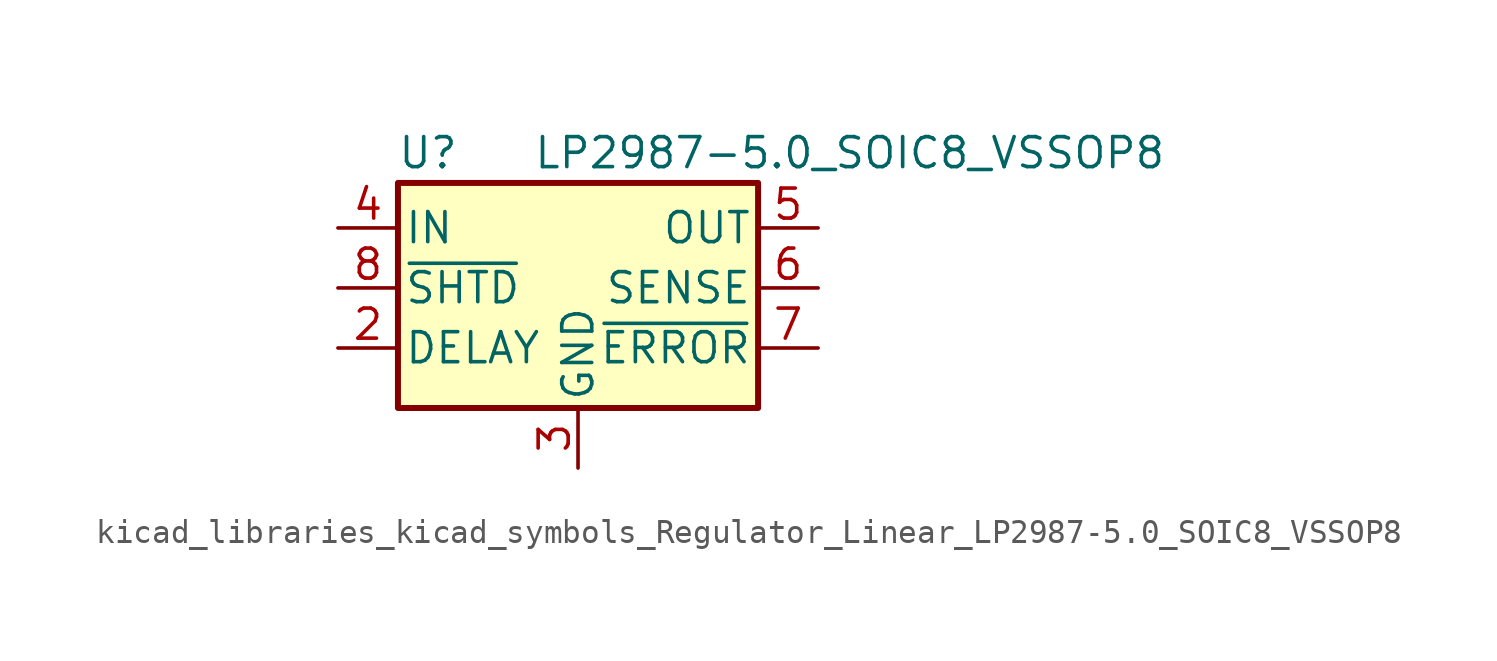
<source format=kicad_sym>
(kicad_symbol_lib
  (version 20220914)
  (generator kicad_symbol_editor)
  (symbol "kicad_libraries_kicad_symbols_Regulator_Linear_LP2987-5.0_SOIC8_VSSOP8"
    (pin_names
      (offset 0.254))
    (property "Reference" "U"
      (at -6.35 5.715 0)
      (effects (font (size 1.27 1.27))))
    (property "Value" "LP2987-5.0_SOIC8_VSSOP8"
      (at -1.905 5.715 0)
      (effects (font (size 1.27 1.27)) (justify left)))
    (symbol "kicad_libraries_kicad_symbols_Regulator_Linear_LP2987-5.0_SOIC8_VSSOP8_0_1"
      (rectangle (start -7.62 4.445) (end 7.62 -5.08) (stroke (width 0.254) (type default)) (fill (type background))))
    (symbol "kicad_libraries_kicad_symbols_Regulator_Linear_LP2987-5.0_SOIC8_VSSOP8_1_1"
      (pin no_connect line (at -2.54 -5.08 90) (length 2.54) hide (name "NC" (effects (font (size 1.27 1.27)))) (number "1" (effects (font (size 1.27 1.27)))))
      (pin passive line (at -10.16 -2.54 0) (length 2.54) (name "DELAY" (effects (font (size 1.27 1.27)))) (number "2" (effects (font (size 1.27 1.27)))))
      (pin power_in line (at 0 -7.62 90) (length 2.54) (name "GND" (effects (font (size 1.27 1.27)))) (number "3" (effects (font (size 1.27 1.27)))))
      (pin power_in line (at -10.16 2.54 0) (length 2.54) (name "IN" (effects (font (size 1.27 1.27)))) (number "4" (effects (font (size 1.27 1.27)))))
      (pin power_out line (at 10.16 2.54 180) (length 2.54) (name "OUT" (effects (font (size 1.27 1.27)))) (number "5" (effects (font (size 1.27 1.27)))))
      (pin input line (at 10.16 0 180) (length 2.54) (name "SENSE" (effects (font (size 1.27 1.27)))) (number "6" (effects (font (size 1.27 1.27)))))
      (pin output line (at 10.16 -2.54 180) (length 2.54) (name "~{ERROR}" (effects (font (size 1.27 1.27)))) (number "7" (effects (font (size 1.27 1.27)))))
      (pin input line (at -10.16 0 0) (length 2.54) (name "~{SHTD}" (effects (font (size 1.27 1.27)))) (number "8" (effects (font (size 1.27 1.27))))))))
</source>
